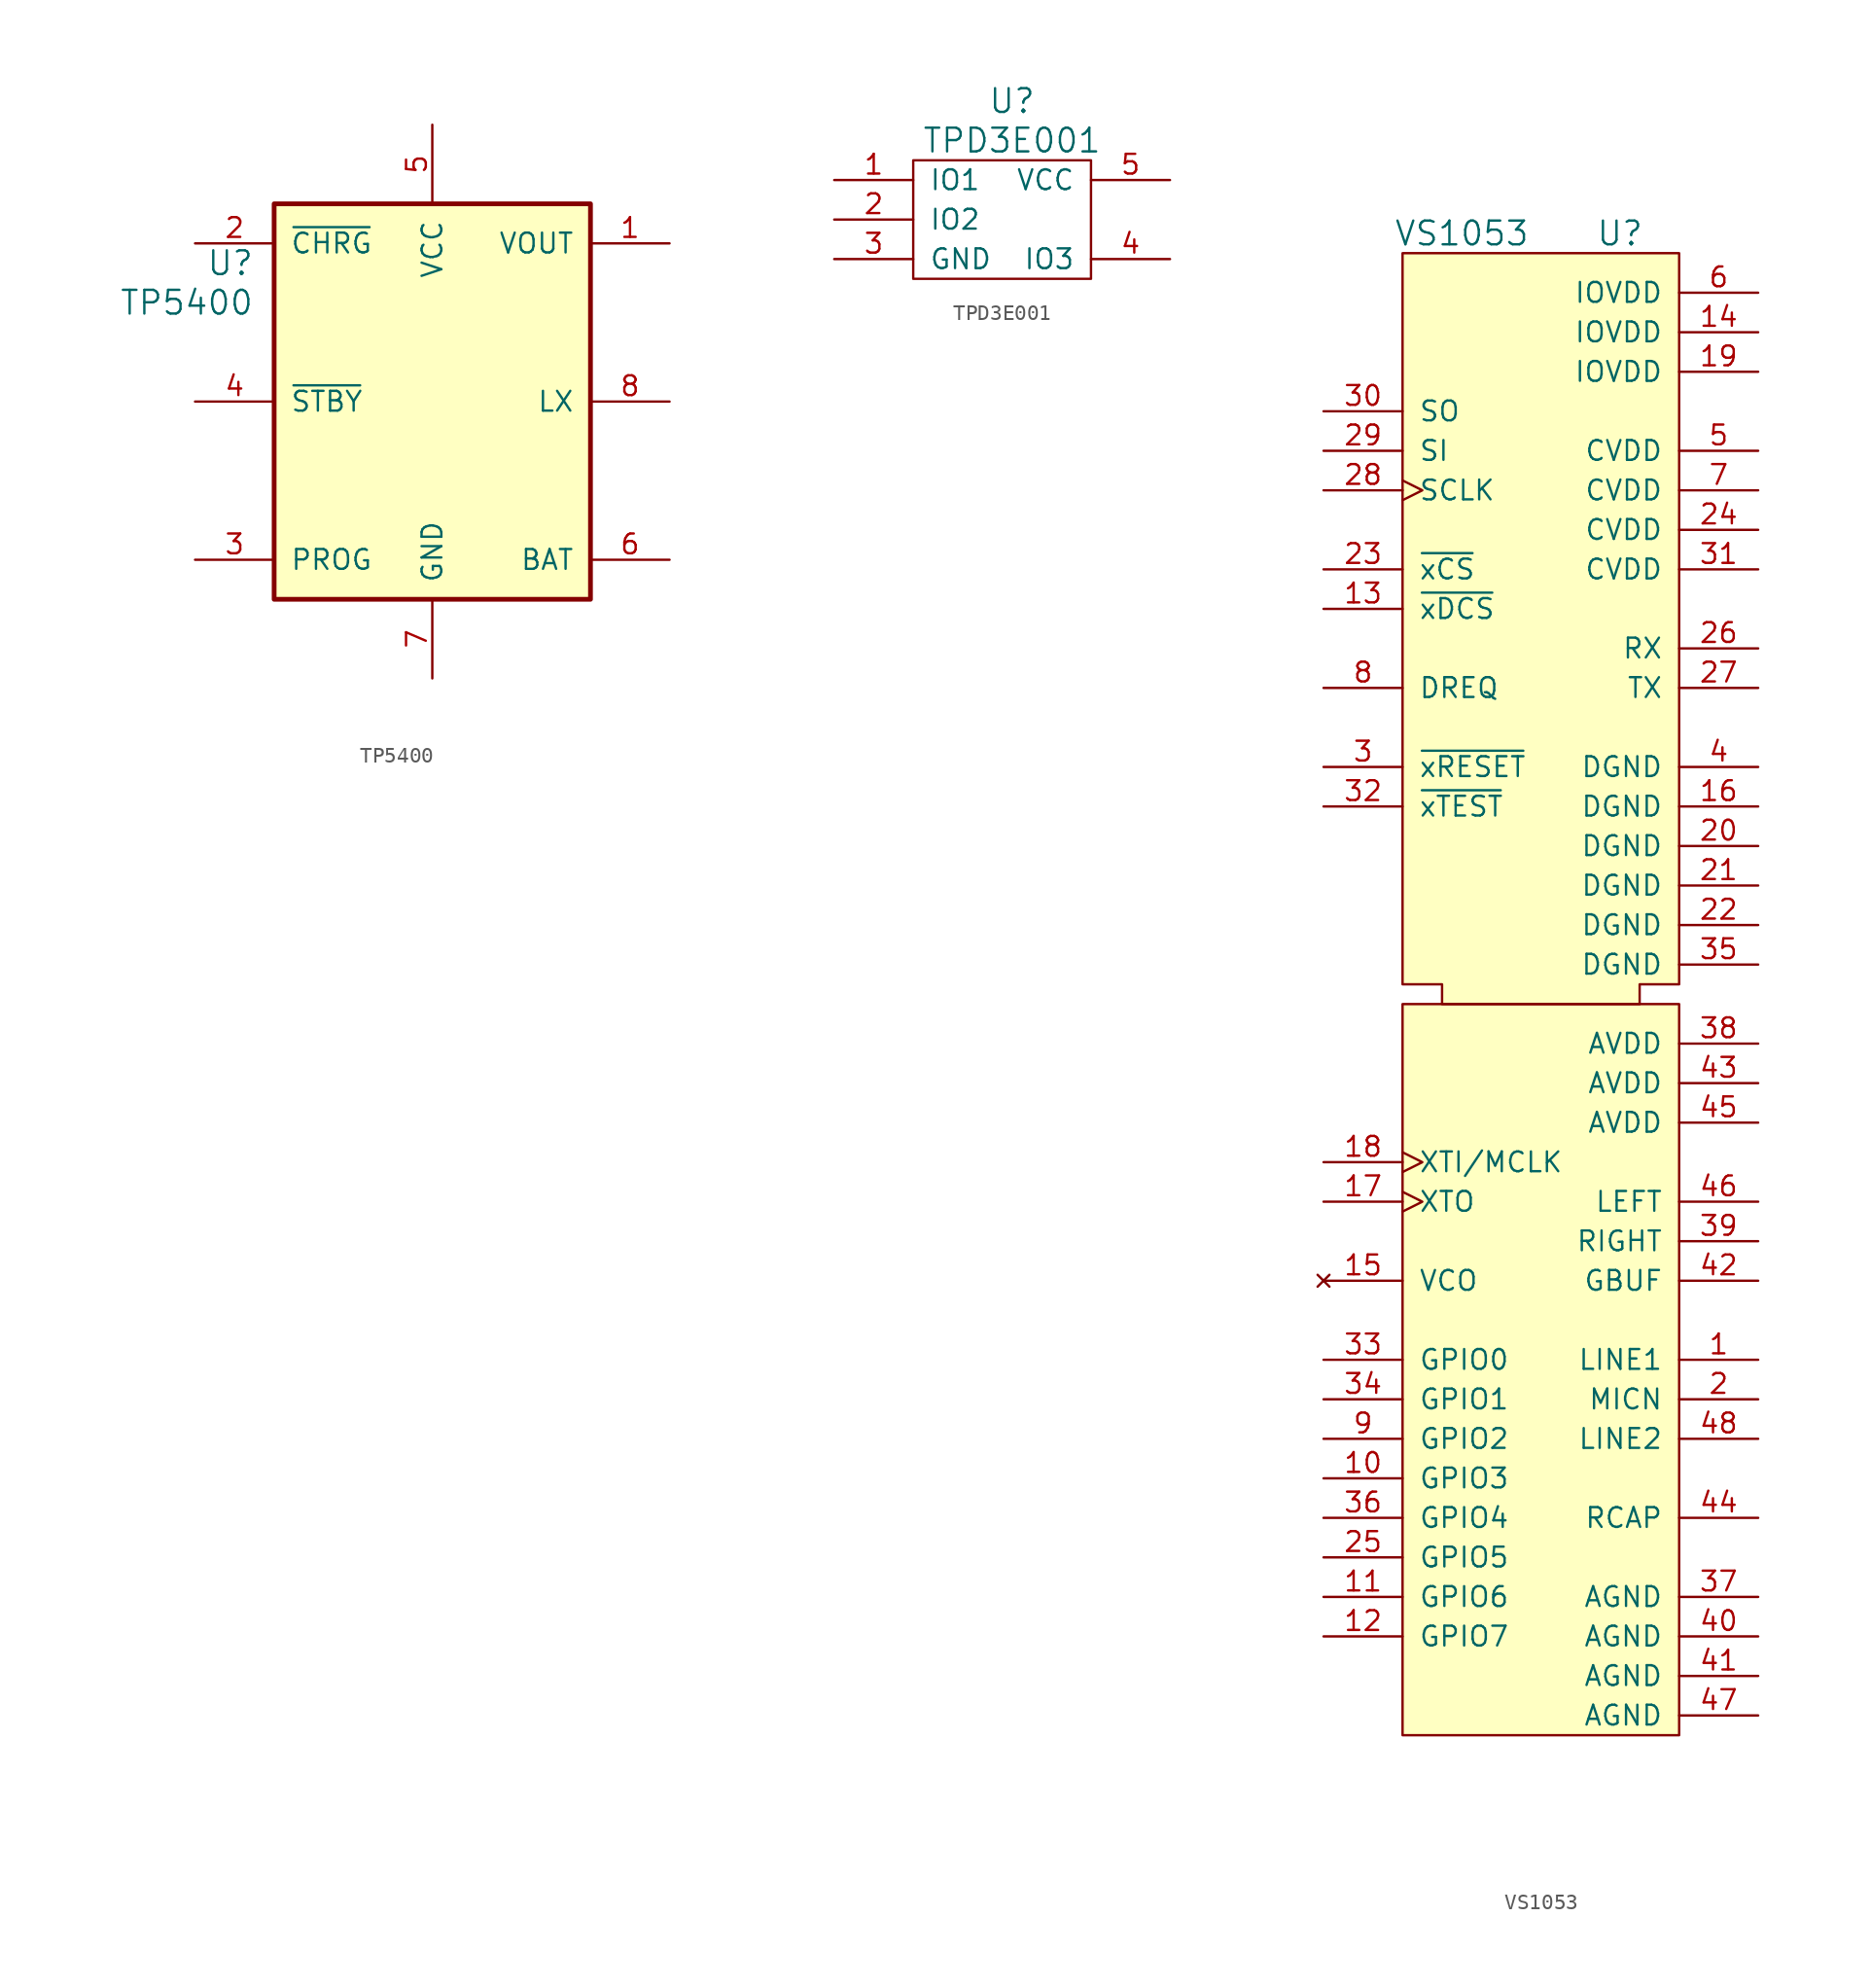
<source format=kicad_sym>
(kicad_symbol_lib
  (version 20241209)
  (generator "kicad_symbol_editor")
  (generator_version "9.0")
  (symbol "TP5400"
    (pin_names
      (offset 1.016))
    (property "Reference" "U"
      (at 3.81 6.35 0)
      (effects (font (size 1.524 1.524)) (justify right)))
    (property "Value" "TP5400"
      (at 3.81 3.81 0)
      (effects (font (size 1.524 1.524)) (justify right)))
    (property "ki_locked" ""
      (at 0 0 0)
      (effects (font (size 1.27 1.27))))
    (symbol "TP5400_1_1"
      (rectangle (start 5.08 10.16) (end 25.4 -15.24) (stroke (width 0.305) (type default)) (fill (type background)))
      (pin output line (at 0 7.62 0) (length 5.08) (name "~{CHRG}" (effects (font (size 1.27 1.27)))) (number "2" (effects (font (size 1.27 1.27)))))
      (pin output line (at 0 -2.54 0) (length 5.08) (name "~{STBY}" (effects (font (size 1.27 1.27)))) (number "4" (effects (font (size 1.27 1.27)))))
      (pin passive line (at 0 -12.7 0) (length 5.08) (name "PROG" (effects (font (size 1.27 1.27)))) (number "3" (effects (font (size 1.27 1.27)))))
      (pin power_in line (at 15.24 15.24 270) (length 5.08) (name "VCC" (effects (font (size 1.27 1.27)))) (number "5" (effects (font (size 1.27 1.27)))))
      (pin power_in line (at 15.24 -20.32 90) (length 5.08) (name "GND" (effects (font (size 1.27 1.27)))) (number "7" (effects (font (size 1.27 1.27)))))
      (pin power_in line (at 30.48 7.62 180) (length 5.08) (name "VOUT" (effects (font (size 1.27 1.27)))) (number "1" (effects (font (size 1.27 1.27)))))
      (pin passive line (at 30.48 -2.54 180) (length 5.08) (name "LX" (effects (font (size 1.27 1.27)))) (number "8" (effects (font (size 1.27 1.27)))))
      (pin power_in line (at 30.48 -12.7 180) (length 5.08) (name "BAT" (effects (font (size 1.27 1.27)))) (number "6" (effects (font (size 1.27 1.27)))))))
  (symbol "TPD3E001"
    (pin_names
      (offset 1.016))
    (property "Reference" "U"
      (at 0 7.62 0)
      (effects (font (size 1.524 1.524))))
    (property "Value" "TPD3E001"
      (at 0 5.08 0)
      (effects (font (size 1.524 1.524))))
    (property "Footprint" ""
      (at 0 6.35 0)
      (effects (font (size 1.524 1.524))))
    (property "Datasheet" ""
      (at 0 6.35 0)
      (effects (font (size 1.524 1.524))))
    (symbol "TPD3E001_0_1"
      (rectangle (start -6.35 3.81) (end 5.08 -3.81) (stroke (width 0) (type default)) (fill (type none))))
    (symbol "TPD3E001_1_1"
      (pin passive line (at -11.43 2.54 0) (length 5.08) (name "IO1" (effects (font (size 1.27 1.27)))) (number "1" (effects (font (size 1.27 1.27)))))
      (pin passive line (at -11.43 0 0) (length 5.08) (name "IO2" (effects (font (size 1.27 1.27)))) (number "2" (effects (font (size 1.27 1.27)))))
      (pin passive line (at -11.43 -2.54 0) (length 5.08) (name "GND" (effects (font (size 1.27 1.27)))) (number "3" (effects (font (size 1.27 1.27)))))
      (pin passive line (at 10.16 2.54 180) (length 5.08) (name "VCC" (effects (font (size 1.27 1.27)))) (number "5" (effects (font (size 1.27 1.27)))))
      (pin passive line (at 10.16 -2.54 180) (length 5.08) (name "IO3" (effects (font (size 1.27 1.27)))) (number "4" (effects (font (size 1.27 1.27)))))))
  (symbol "VS1053"
    (pin_names
      (offset 1.016))
    (property "Reference" "U"
      (at 3.81 49.53 0)
      (effects (font (size 1.524 1.524))))
    (property "Value" "VS1053"
      (at -6.35 49.53 0)
      (effects (font (size 1.524 1.524))))
    (symbol "VS1053_0_1"
      (rectangle (start -10.16 0) (end 7.62 -46.99) (stroke (width 0) (type default)) (fill (type background)))
      (polyline (pts (xy 7.62 1.27) (xy 7.62 48.26) (xy -10.16 48.26) (xy -10.16 1.27) (xy -7.62 1.27) (xy -7.62 0) (xy 5.08 0) (xy 5.08 1.27) (xy 7.62 1.27)) (stroke (width 0) (type default)) (fill (type background))))
    (symbol "VS1053_1_1"
      (pin output line (at -15.24 38.1 0) (length 5.08) (name "SO" (effects (font (size 1.27 1.27)))) (number "30" (effects (font (size 1.27 1.27)))))
      (pin input line (at -15.24 35.56 0) (length 5.08) (name "SI" (effects (font (size 1.27 1.27)))) (number "29" (effects (font (size 1.27 1.27)))))
      (pin input clock (at -15.24 33.02 0) (length 5.08) (name "SCLK" (effects (font (size 1.27 1.27)))) (number "28" (effects (font (size 1.27 1.27)))))
      (pin input line (at -15.24 27.94 0) (length 5.08) (name "~{xCS}" (effects (font (size 1.27 1.27)))) (number "23" (effects (font (size 1.27 1.27)))))
      (pin input line (at -15.24 25.4 0) (length 5.08) (name "~{xDCS}" (effects (font (size 1.27 1.27)))) (number "13" (effects (font (size 1.27 1.27)))))
      (pin output line (at -15.24 20.32 0) (length 5.08) (name "DREQ" (effects (font (size 1.27 1.27)))) (number "8" (effects (font (size 1.27 1.27)))))
      (pin input line (at -15.24 15.24 0) (length 5.08) (name "~{xRESET}" (effects (font (size 1.27 1.27)))) (number "3" (effects (font (size 1.27 1.27)))))
      (pin input line (at -15.24 12.7 0) (length 5.08) (name "~{xTEST}" (effects (font (size 1.27 1.27)))) (number "32" (effects (font (size 1.27 1.27)))))
      (pin input clock (at -15.24 -10.16 0) (length 5.08) (name "XTI/MCLK" (effects (font (size 1.27 1.27)))) (number "18" (effects (font (size 1.27 1.27)))))
      (pin output clock (at -15.24 -12.7 0) (length 5.08) (name "XTO" (effects (font (size 1.27 1.27)))) (number "17" (effects (font (size 1.27 1.27)))))
      (pin no_connect line (at -15.24 -17.78 0) (length 5.08) (name "VCO" (effects (font (size 1.27 1.27)))) (number "15" (effects (font (size 1.27 1.27)))))
      (pin bidirectional line (at -15.24 -22.86 0) (length 5.08) (name "GPIO0" (effects (font (size 1.27 1.27)))) (number "33" (effects (font (size 1.27 1.27)))))
      (pin bidirectional line (at -15.24 -25.4 0) (length 5.08) (name "GPIO1" (effects (font (size 1.27 1.27)))) (number "34" (effects (font (size 1.27 1.27)))))
      (pin bidirectional line (at -15.24 -27.94 0) (length 5.08) (name "GPIO2" (effects (font (size 1.27 1.27)))) (number "9" (effects (font (size 1.27 1.27)))))
      (pin bidirectional line (at -15.24 -30.48 0) (length 5.08) (name "GPIO3" (effects (font (size 1.27 1.27)))) (number "10" (effects (font (size 1.27 1.27)))))
      (pin bidirectional line (at -15.24 -33.02 0) (length 5.08) (name "GPIO4" (effects (font (size 1.27 1.27)))) (number "36" (effects (font (size 1.27 1.27)))))
      (pin bidirectional line (at -15.24 -35.56 0) (length 5.08) (name "GPIO5" (effects (font (size 1.27 1.27)))) (number "25" (effects (font (size 1.27 1.27)))))
      (pin bidirectional line (at -15.24 -38.1 0) (length 5.08) (name "GPIO6" (effects (font (size 1.27 1.27)))) (number "11" (effects (font (size 1.27 1.27)))))
      (pin bidirectional line (at -15.24 -40.64 0) (length 5.08) (name "GPIO7" (effects (font (size 1.27 1.27)))) (number "12" (effects (font (size 1.27 1.27)))))
      (pin power_in line (at 12.7 45.72 180) (length 5.08) (name "IOVDD" (effects (font (size 1.27 1.27)))) (number "6" (effects (font (size 1.27 1.27)))))
      (pin power_in line (at 12.7 43.18 180) (length 5.08) (name "IOVDD" (effects (font (size 1.27 1.27)))) (number "14" (effects (font (size 1.27 1.27)))))
      (pin power_in line (at 12.7 40.64 180) (length 5.08) (name "IOVDD" (effects (font (size 1.27 1.27)))) (number "19" (effects (font (size 1.27 1.27)))))
      (pin power_in line (at 12.7 35.56 180) (length 5.08) (name "CVDD" (effects (font (size 1.27 1.27)))) (number "5" (effects (font (size 1.27 1.27)))))
      (pin power_in line (at 12.7 33.02 180) (length 5.08) (name "CVDD" (effects (font (size 1.27 1.27)))) (number "7" (effects (font (size 1.27 1.27)))))
      (pin power_in line (at 12.7 30.48 180) (length 5.08) (name "CVDD" (effects (font (size 1.27 1.27)))) (number "24" (effects (font (size 1.27 1.27)))))
      (pin power_in line (at 12.7 27.94 180) (length 5.08) (name "CVDD" (effects (font (size 1.27 1.27)))) (number "31" (effects (font (size 1.27 1.27)))))
      (pin input line (at 12.7 22.86 180) (length 5.08) (name "RX" (effects (font (size 1.27 1.27)))) (number "26" (effects (font (size 1.27 1.27)))))
      (pin output line (at 12.7 20.32 180) (length 5.08) (name "TX" (effects (font (size 1.27 1.27)))) (number "27" (effects (font (size 1.27 1.27)))))
      (pin power_in line (at 12.7 15.24 180) (length 5.08) (name "DGND" (effects (font (size 1.27 1.27)))) (number "4" (effects (font (size 1.27 1.27)))))
      (pin power_in line (at 12.7 12.7 180) (length 5.08) (name "DGND" (effects (font (size 1.27 1.27)))) (number "16" (effects (font (size 1.27 1.27)))))
      (pin power_in line (at 12.7 10.16 180) (length 5.08) (name "DGND" (effects (font (size 1.27 1.27)))) (number "20" (effects (font (size 1.27 1.27)))))
      (pin power_in line (at 12.7 7.62 180) (length 5.08) (name "DGND" (effects (font (size 1.27 1.27)))) (number "21" (effects (font (size 1.27 1.27)))))
      (pin power_in line (at 12.7 5.08 180) (length 5.08) (name "DGND" (effects (font (size 1.27 1.27)))) (number "22" (effects (font (size 1.27 1.27)))))
      (pin power_in line (at 12.7 2.54 180) (length 5.08) (name "DGND" (effects (font (size 1.27 1.27)))) (number "35" (effects (font (size 1.27 1.27)))))
      (pin power_in line (at 12.7 -2.54 180) (length 5.08) (name "AVDD" (effects (font (size 1.27 1.27)))) (number "38" (effects (font (size 1.27 1.27)))))
      (pin power_in line (at 12.7 -5.08 180) (length 5.08) (name "AVDD" (effects (font (size 1.27 1.27)))) (number "43" (effects (font (size 1.27 1.27)))))
      (pin power_in line (at 12.7 -7.62 180) (length 5.08) (name "AVDD" (effects (font (size 1.27 1.27)))) (number "45" (effects (font (size 1.27 1.27)))))
      (pin output line (at 12.7 -12.7 180) (length 5.08) (name "LEFT" (effects (font (size 1.27 1.27)))) (number "46" (effects (font (size 1.27 1.27)))))
      (pin output line (at 12.7 -15.24 180) (length 5.08) (name "RIGHT" (effects (font (size 1.27 1.27)))) (number "39" (effects (font (size 1.27 1.27)))))
      (pin output line (at 12.7 -17.78 180) (length 5.08) (name "GBUF" (effects (font (size 1.27 1.27)))) (number "42" (effects (font (size 1.27 1.27)))))
      (pin input line (at 12.7 -22.86 180) (length 5.08) (name "LINE1" (effects (font (size 1.27 1.27)))) (number "1" (effects (font (size 1.27 1.27)))))
      (pin input line (at 12.7 -25.4 180) (length 5.08) (name "MICN" (effects (font (size 1.27 1.27)))) (number "2" (effects (font (size 1.27 1.27)))))
      (pin input line (at 12.7 -27.94 180) (length 5.08) (name "LINE2" (effects (font (size 1.27 1.27)))) (number "48" (effects (font (size 1.27 1.27)))))
      (pin bidirectional line (at 12.7 -33.02 180) (length 5.08) (name "RCAP" (effects (font (size 1.27 1.27)))) (number "44" (effects (font (size 1.27 1.27)))))
      (pin power_in line (at 12.7 -38.1 180) (length 5.08) (name "AGND" (effects (font (size 1.27 1.27)))) (number "37" (effects (font (size 1.27 1.27)))))
      (pin power_in line (at 12.7 -40.64 180) (length 5.08) (name "AGND" (effects (font (size 1.27 1.27)))) (number "40" (effects (font (size 1.27 1.27)))))
      (pin power_in line (at 12.7 -43.18 180) (length 5.08) (name "AGND" (effects (font (size 1.27 1.27)))) (number "41" (effects (font (size 1.27 1.27)))))
      (pin power_in line (at 12.7 -45.72 180) (length 5.08) (name "AGND" (effects (font (size 1.27 1.27)))) (number "47" (effects (font (size 1.27 1.27))))))))
</source>
